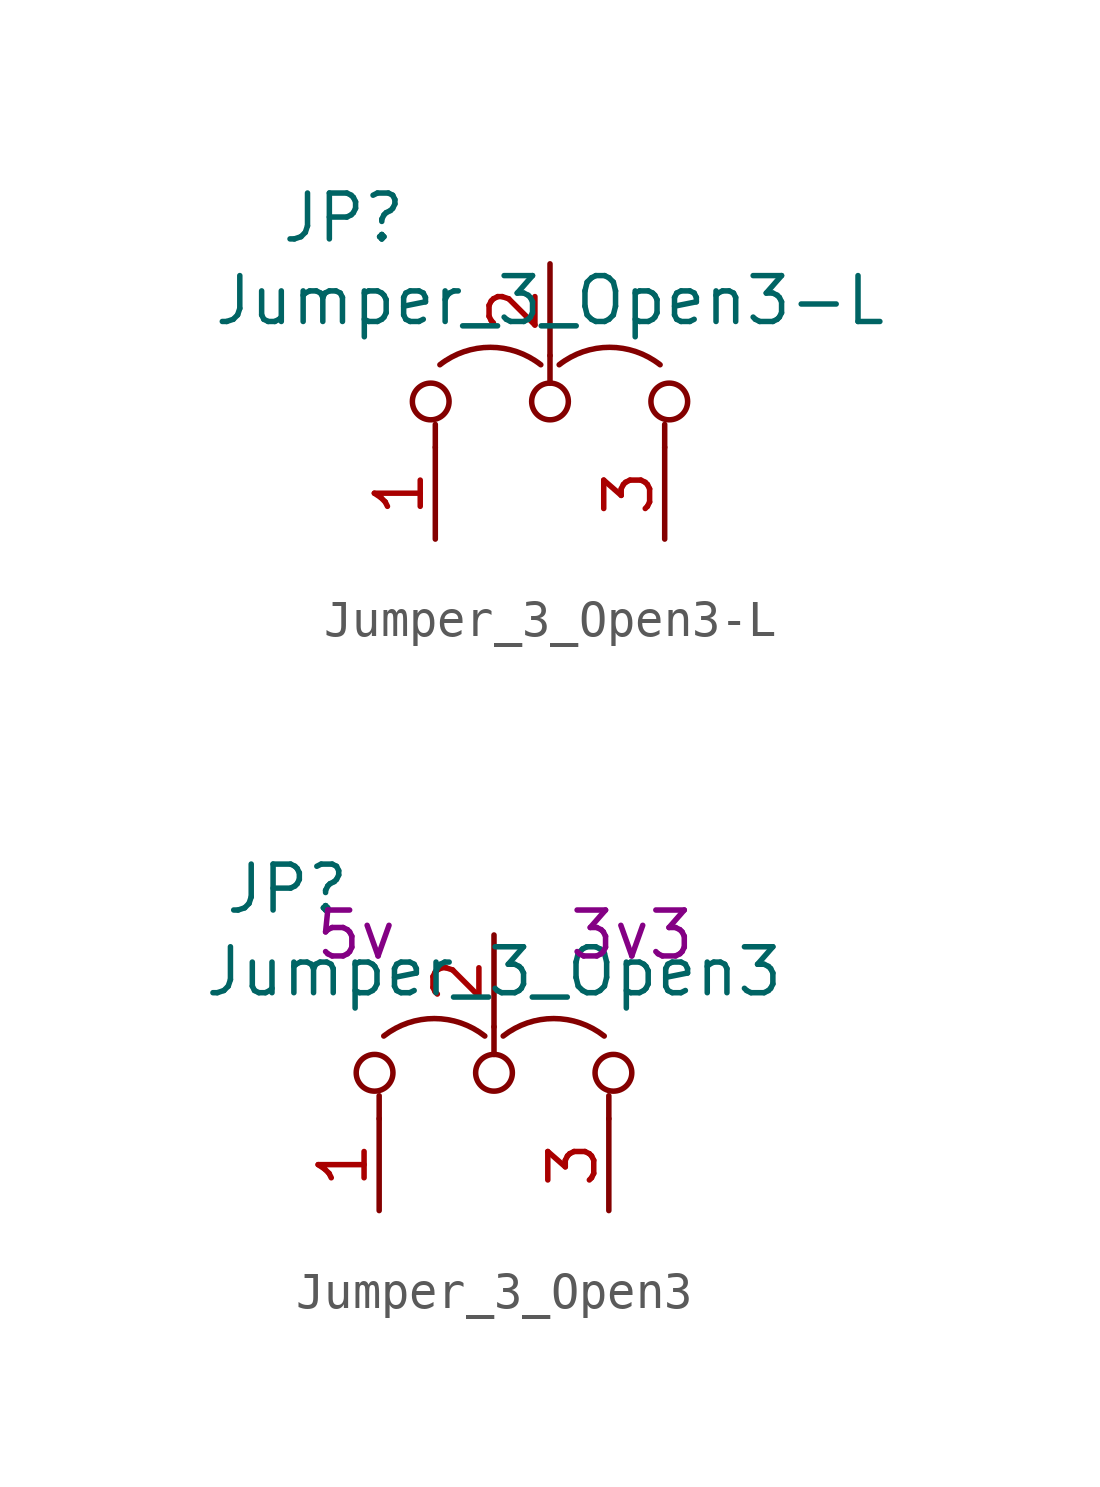
<source format=kicad_sym>
(kicad_symbol_lib
  (version 20220914)
  (generator kicad_symbol_editor)
  (symbol "Jumper_3_Open3-L"
    (pin_names
      (offset 0) hide)
    (property "Reference" "JP"
      (at -5.715 5.08 0)
      (effects (font (size 1.27 1.27))))
    (property "Value" "Jumper_3_Open3-L"
      (at 0 2.794 0)
      (effects (font (size 1.27 1.27))))
    (symbol "Jumper_3_Open3-L_0_0"
      (circle (center -3.302 0) (radius 0.508) (stroke (width 0) (type default)) (fill (type none)))
      (circle (center 0 0) (radius 0.508) (stroke (width 0) (type default)) (fill (type none)))
      (circle (center 3.302 0) (radius 0.508) (stroke (width 0) (type default)) (fill (type none))))
    (symbol "Jumper_3_Open3-L_0_1"
      (arc (start -0.254 1.016) (mid -1.651 1.4992) (end -3.048 1.016) (stroke (width 0) (type default)) (fill (type none)))
      (polyline (pts (xy -3.175 -1.27) (xy -3.175 -0.635)) (stroke (width 0) (type default)) (fill (type none)))
      (polyline (pts (xy 0 1.27) (xy 0 0.508)) (stroke (width 0) (type default)) (fill (type none)))
      (polyline (pts (xy 3.175 -1.27) (xy 3.175 -0.635)) (stroke (width 0) (type default)) (fill (type none)))
      (arc (start 3.048 1.016) (mid 1.651 1.4992) (end 0.254 1.016) (stroke (width 0) (type default)) (fill (type none))))
    (symbol "Jumper_3_Open3-L_1_1"
      (pin passive line (at -3.175 -3.81 90) (length 2.54) (name "A" (effects (font (size 1.27 1.27)))) (number "1" (effects (font (size 1.27 1.27)))))
      (pin input line (at 0 3.81 270) (length 2.54) (name "C" (effects (font (size 1.27 1.27)))) (number "2" (effects (font (size 1.27 1.27)))))
      (pin passive line (at 3.175 -3.81 90) (length 2.54) (name "B" (effects (font (size 1.27 1.27)))) (number "3" (effects (font (size 1.27 1.27)))))))
  (symbol "Jumper_3_Open3"
    (pin_names
      (offset 0) hide)
    (property "Reference" "JP"
      (at -5.715 5.08 0)
      (effects (font (size 1.27 1.27))))
    (property "Value" "Jumper_3_Open3"
      (at 0 2.794 0)
      (effects (font (size 1.27 1.27))))
    (property "PIN_1" "5v"
      (at -3.81 3.81 0)
      (effects (font (size 1.27 1.27))))
    (property "PIN_3" "3v3"
      (at 3.81 3.81 0)
      (effects (font (size 1.27 1.27))))
    (symbol "Jumper_3_Open3_0_0"
      (circle (center -3.302 0) (radius 0.508) (stroke (width 0) (type default)) (fill (type none)))
      (circle (center 0 0) (radius 0.508) (stroke (width 0) (type default)) (fill (type none)))
      (circle (center 3.302 0) (radius 0.508) (stroke (width 0) (type default)) (fill (type none))))
    (symbol "Jumper_3_Open3_0_1"
      (arc (start -0.254 1.016) (mid -1.651 1.4992) (end -3.048 1.016) (stroke (width 0) (type default)) (fill (type none)))
      (polyline (pts (xy -3.175 -1.27) (xy -3.175 -0.635)) (stroke (width 0) (type default)) (fill (type none)))
      (polyline (pts (xy 0 1.27) (xy 0 0.508)) (stroke (width 0) (type default)) (fill (type none)))
      (polyline (pts (xy 3.175 -1.27) (xy 3.175 -0.635)) (stroke (width 0) (type default)) (fill (type none)))
      (arc (start 3.048 1.016) (mid 1.651 1.4992) (end 0.254 1.016) (stroke (width 0) (type default)) (fill (type none))))
    (symbol "Jumper_3_Open3_1_1"
      (pin passive line (at -3.175 -3.81 90) (length 2.54) (name "A" (effects (font (size 1.27 1.27)))) (number "1" (effects (font (size 1.27 1.27)))))
      (pin input line (at 0 3.81 270) (length 2.54) (name "C" (effects (font (size 1.27 1.27)))) (number "2" (effects (font (size 1.27 1.27)))))
      (pin passive line (at 3.175 -3.81 90) (length 2.54) (name "B" (effects (font (size 1.27 1.27)))) (number "3" (effects (font (size 1.27 1.27))))))))
</source>
